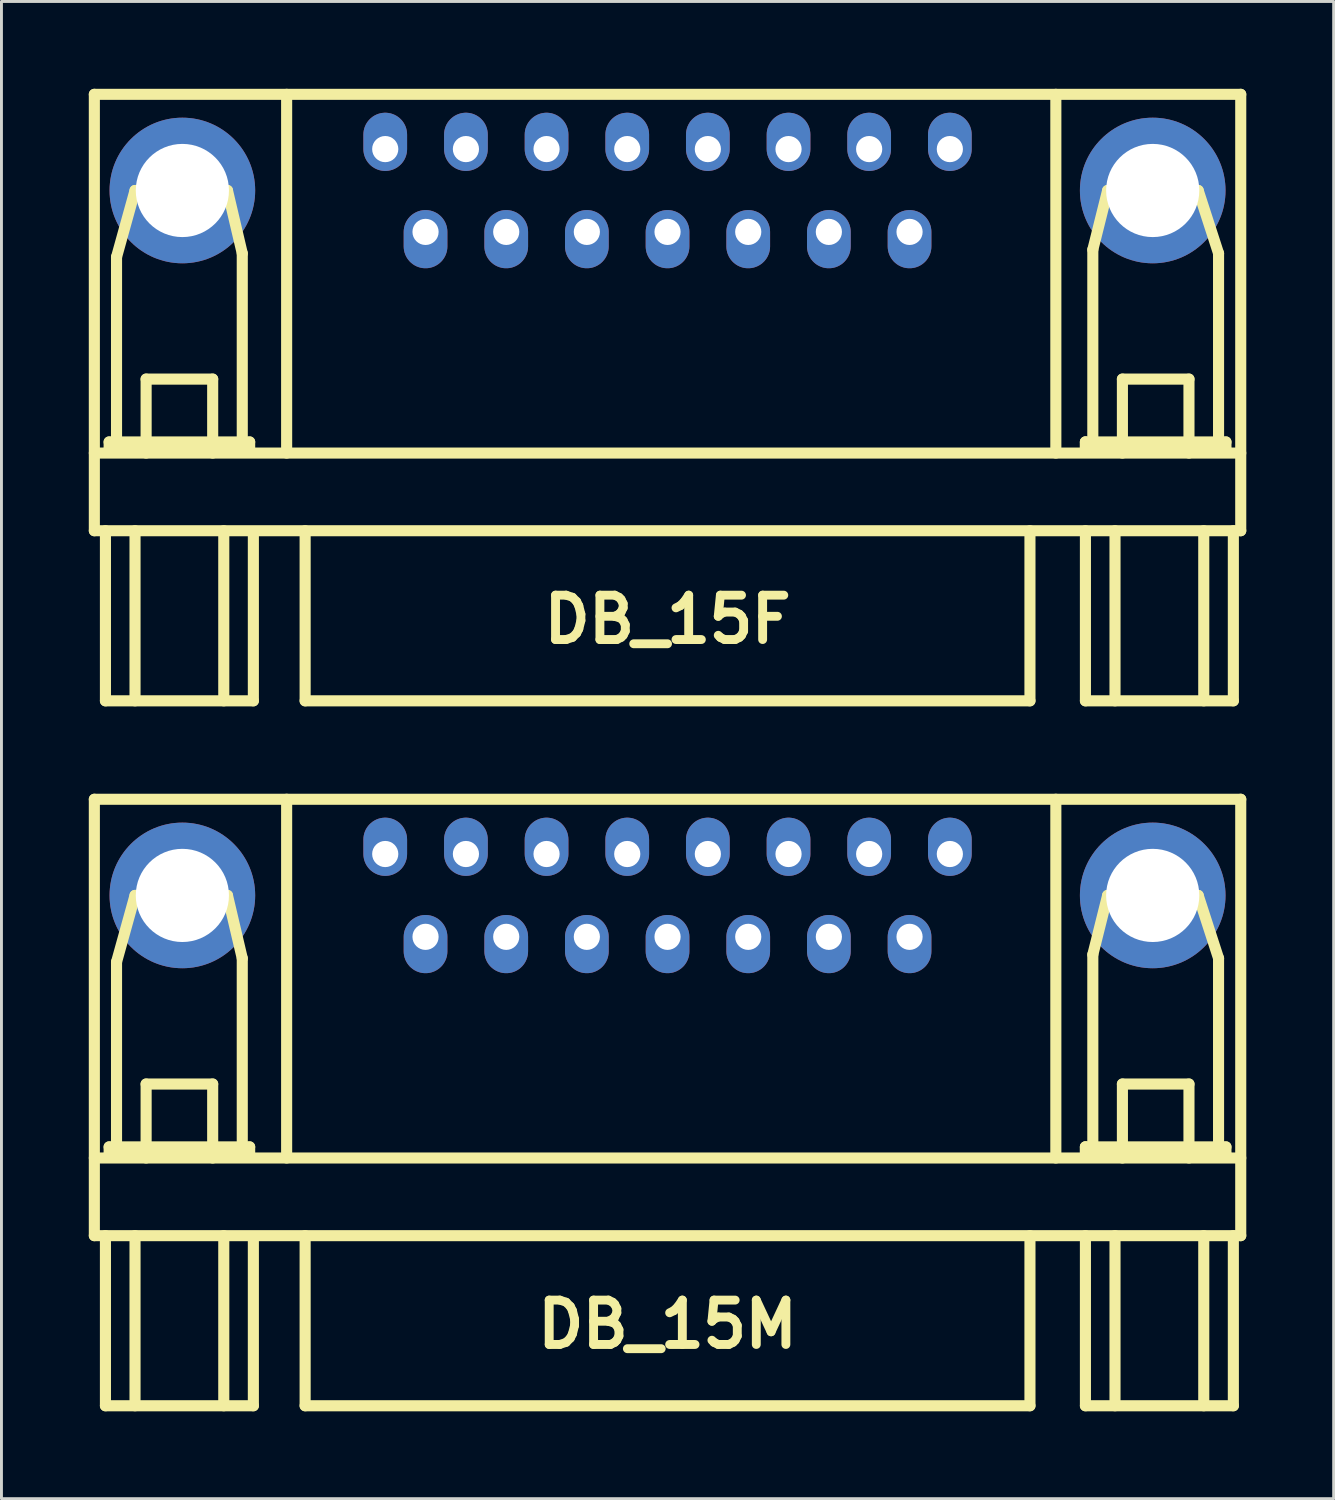
<source format=kicad_pcb>
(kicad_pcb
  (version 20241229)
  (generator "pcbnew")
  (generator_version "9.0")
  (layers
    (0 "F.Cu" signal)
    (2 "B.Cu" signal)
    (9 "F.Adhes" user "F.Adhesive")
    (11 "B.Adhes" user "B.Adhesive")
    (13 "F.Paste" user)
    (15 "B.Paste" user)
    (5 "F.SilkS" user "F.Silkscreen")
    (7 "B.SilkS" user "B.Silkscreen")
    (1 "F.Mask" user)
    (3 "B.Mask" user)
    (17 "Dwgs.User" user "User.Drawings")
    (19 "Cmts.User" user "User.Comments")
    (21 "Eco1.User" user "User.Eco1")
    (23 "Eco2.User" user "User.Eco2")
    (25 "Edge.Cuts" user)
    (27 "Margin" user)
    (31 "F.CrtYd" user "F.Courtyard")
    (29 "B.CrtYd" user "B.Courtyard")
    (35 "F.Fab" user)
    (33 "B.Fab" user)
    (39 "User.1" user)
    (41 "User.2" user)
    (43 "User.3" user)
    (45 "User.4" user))
  (footprint "DB_15F"
    (layer "F.Cu")
    (at 19.875 10.604)
    (property "Reference" "DB_15F" (at 0 7.62 0) (layer "F.SilkS") (effects (font (size 1.524 1.524) (thickness 0.305))))
    (attr through_hole)
    (fp_line (start -19.685 -10.414) (end -19.685 4.572) (stroke (width 0.381) (type solid)) (layer "F.SilkS"))
    (fp_line (start -19.685 4.572) (end 19.685 4.572) (stroke (width 0.381) (type solid)) (layer "F.SilkS"))
    (fp_line (start -19.304 4.572) (end -19.304 10.414) (stroke (width 0.381) (type solid)) (layer "F.SilkS"))
    (fp_line (start -19.304 10.414) (end -14.224 10.414) (stroke (width 0.381) (type solid)) (layer "F.SilkS"))
    (fp_line (start -19.177 1.524) (end -19.177 1.778) (stroke (width 0.381) (type solid)) (layer "F.SilkS"))
    (fp_line (start -19.177 1.778) (end -14.351 1.778) (stroke (width 0.381) (type solid)) (layer "F.SilkS"))
    (fp_line (start -18.923 -4.826) (end -18.288 -7.112) (stroke (width 0.381) (type solid)) (layer "F.SilkS"))
    (fp_line (start -18.923 1.524) (end -18.923 -4.826) (stroke (width 0.381) (type solid)) (layer "F.SilkS"))
    (fp_line (start -18.288 -7.112) (end -15.113 -7.112) (stroke (width 0.381) (type solid)) (layer "F.SilkS"))
    (fp_line (start -18.288 4.572) (end -18.288 10.414) (stroke (width 0.381) (type solid)) (layer "F.SilkS"))
    (fp_line (start -17.907 -0.635) (end -15.621 -0.635) (stroke (width 0.381) (type solid)) (layer "F.SilkS"))
    (fp_line (start -17.907 1.905) (end -17.907 -0.635) (stroke (width 0.381) (type solid)) (layer "F.SilkS"))
    (fp_line (start -15.621 -0.635) (end -15.621 1.905) (stroke (width 0.381) (type solid)) (layer "F.SilkS"))
    (fp_line (start -15.24 4.572) (end -15.24 10.414) (stroke (width 0.381) (type solid)) (layer "F.SilkS"))
    (fp_line (start -15.113 -7.112) (end -14.605 -4.953) (stroke (width 0.381) (type solid)) (layer "F.SilkS"))
    (fp_line (start -14.605 -4.953) (end -14.605 1.524) (stroke (width 0.381) (type solid)) (layer "F.SilkS"))
    (fp_line (start -14.351 1.524) (end -19.177 1.524) (stroke (width 0.381) (type solid)) (layer "F.SilkS"))
    (fp_line (start -14.351 1.778) (end -14.351 1.524) (stroke (width 0.381) (type solid)) (layer "F.SilkS"))
    (fp_line (start -14.224 10.414) (end -14.224 4.699) (stroke (width 0.381) (type solid)) (layer "F.SilkS"))
    (fp_line (start -13.081 1.905) (end -13.081 -10.414) (stroke (width 0.381) (type solid)) (layer "F.SilkS"))
    (fp_line (start -12.446 4.572) (end -12.446 10.414) (stroke (width 0.381) (type solid)) (layer "F.SilkS"))
    (fp_line (start 12.446 10.414) (end -12.446 10.414) (stroke (width 0.381) (type solid)) (layer "F.SilkS"))
    (fp_line (start 12.446 10.414) (end 12.446 4.572) (stroke (width 0.381) (type solid)) (layer "F.SilkS"))
    (fp_line (start 13.335 1.905) (end 13.335 -10.414) (stroke (width 0.381) (type solid)) (layer "F.SilkS"))
    (fp_line (start 14.351 1.524) (end 14.351 1.778) (stroke (width 0.381) (type solid)) (layer "F.SilkS"))
    (fp_line (start 14.351 1.524) (end 14.351 1.778) (stroke (width 0.381) (type solid)) (layer "F.SilkS"))
    (fp_line (start 14.351 1.778) (end 19.177 1.778) (stroke (width 0.381) (type solid)) (layer "F.SilkS"))
    (fp_line (start 14.351 4.572) (end 14.351 10.414) (stroke (width 0.381) (type solid)) (layer "F.SilkS"))
    (fp_line (start 14.351 10.414) (end 19.431 10.414) (stroke (width 0.381) (type solid)) (layer "F.SilkS"))
    (fp_line (start 14.605 1.524) (end 14.605 -5.08) (stroke (width 0.381) (type solid)) (layer "F.SilkS"))
    (fp_line (start 15.113 -7.112) (end 14.605 -5.08) (stroke (width 0.381) (type solid)) (layer "F.SilkS"))
    (fp_line (start 15.367 4.572) (end 15.367 10.414) (stroke (width 0.381) (type solid)) (layer "F.SilkS"))
    (fp_line (start 15.621 -0.635) (end 17.907 -0.635) (stroke (width 0.381) (type solid)) (layer "F.SilkS"))
    (fp_line (start 15.621 1.905) (end 15.621 -0.635) (stroke (width 0.381) (type solid)) (layer "F.SilkS"))
    (fp_line (start 17.907 -0.635) (end 17.907 1.905) (stroke (width 0.381) (type solid)) (layer "F.SilkS"))
    (fp_line (start 18.224 -7.112) (end 15.113 -7.112) (stroke (width 0.381) (type solid)) (layer "F.SilkS"))
    (fp_line (start 18.415 4.572) (end 18.415 10.414) (stroke (width 0.381) (type solid)) (layer "F.SilkS"))
    (fp_line (start 18.923 -4.953) (end 18.224 -7.112) (stroke (width 0.381) (type solid)) (layer "F.SilkS"))
    (fp_line (start 18.923 -4.953) (end 18.923 1.524) (stroke (width 0.381) (type solid)) (layer "F.SilkS"))
    (fp_line (start 19.177 1.524) (end 14.351 1.524) (stroke (width 0.381) (type solid)) (layer "F.SilkS"))
    (fp_line (start 19.177 1.778) (end 19.177 1.524) (stroke (width 0.381) (type solid)) (layer "F.SilkS"))
    (fp_line (start 19.431 4.572) (end 19.431 10.414) (stroke (width 0.381) (type solid)) (layer "F.SilkS"))
    (fp_line (start 19.685 -10.414) (end -19.685 -10.414) (stroke (width 0.381) (type solid)) (layer "F.SilkS"))
    (fp_line (start 19.685 1.905) (end -19.685 1.905) (stroke (width 0.381) (type solid)) (layer "F.SilkS"))
    (fp_line (start 19.685 4.572) (end 19.685 -10.414) (stroke (width 0.381) (type solid)) (layer "F.SilkS"))
    (pad "" thru_hole circle (at -16.662 -7.112) (size 5.001 5.001) (drill 3.2) (layers "*.Cu" "*.Mask"))
    (pad "" thru_hole circle (at 16.662 -7.112) (size 5.001 5.001) (drill 3.2) (layers "*.Cu" "*.Mask"))
    (pad "1" thru_hole oval (at 9.695 -8.534) (size 1.501 1.999) (drill 0.899 (offset 0 -0.249)) (layers "*.Cu" "*.Mask"))
    (pad "2" thru_hole oval (at 6.924 -8.534) (size 1.501 1.999) (drill 0.899 (offset 0 -0.249)) (layers "*.Cu" "*.Mask"))
    (pad "3" thru_hole oval (at 4.155 -8.534) (size 1.501 1.999) (drill 0.899 (offset 0 -0.249)) (layers "*.Cu" "*.Mask"))
    (pad "4" thru_hole oval (at 1.384 -8.534) (size 1.501 1.999) (drill 0.899 (offset 0 -0.249)) (layers "*.Cu" "*.Mask"))
    (pad "5" thru_hole oval (at -1.384 -8.534) (size 1.501 1.999) (drill 0.899 (offset 0 -0.249)) (layers "*.Cu" "*.Mask"))
    (pad "6" thru_hole oval (at -4.155 -8.534) (size 1.501 1.999) (drill 0.899 (offset 0 -0.249)) (layers "*.Cu" "*.Mask"))
    (pad "7" thru_hole oval (at -6.924 -8.534) (size 1.501 1.999) (drill 0.899 (offset 0 -0.249)) (layers "*.Cu" "*.Mask"))
    (pad "8" thru_hole oval (at -9.695 -8.534) (size 1.501 1.999) (drill 0.899 (offset 0 -0.249)) (layers "*.Cu" "*.Mask"))
    (pad "9" thru_hole oval (at 8.311 -5.69) (size 1.501 1.999) (drill 0.899 (offset 0 0.249)) (layers "*.Cu" "*.Mask"))
    (pad "10" thru_hole oval (at 5.54 -5.69) (size 1.501 1.999) (drill 0.899 (offset 0 0.249)) (layers "*.Cu" "*.Mask"))
    (pad "11" thru_hole oval (at 2.771 -5.69) (size 1.501 1.999) (drill 0.899 (offset 0 0.249)) (layers "*.Cu" "*.Mask"))
    (pad "12" thru_hole oval (at 0 -5.69) (size 1.501 1.999) (drill 0.899 (offset 0 0.249)) (layers "*.Cu" "*.Mask"))
    (pad "13" thru_hole oval (at -2.771 -5.69) (size 1.501 1.999) (drill 0.899 (offset 0 0.249)) (layers "*.Cu" "*.Mask"))
    (pad "14" thru_hole oval (at -5.54 -5.69) (size 1.501 1.999) (drill 0.899 (offset 0 0.249)) (layers "*.Cu" "*.Mask"))
    (pad "15" thru_hole oval (at -8.311 -5.69) (size 1.501 1.999) (drill 0.899 (offset 0 0.249)) (layers "*.Cu" "*.Mask")))
  (footprint "DB_15M"
    (layer "F.Cu")
    (at 19.875 34.813)
    (property "Reference" "DB_15M" (at 0 7.62 0) (layer "F.SilkS") (effects (font (size 1.524 1.524) (thickness 0.305))))
    (attr through_hole)
    (fp_line (start -19.685 -10.414) (end -19.685 4.572) (stroke (width 0.381) (type solid)) (layer "F.SilkS"))
    (fp_line (start -19.685 4.572) (end 19.685 4.572) (stroke (width 0.381) (type solid)) (layer "F.SilkS"))
    (fp_line (start -19.304 4.572) (end -19.304 10.414) (stroke (width 0.381) (type solid)) (layer "F.SilkS"))
    (fp_line (start -19.304 10.414) (end -14.224 10.414) (stroke (width 0.381) (type solid)) (layer "F.SilkS"))
    (fp_line (start -19.177 1.524) (end -19.177 1.778) (stroke (width 0.381) (type solid)) (layer "F.SilkS"))
    (fp_line (start -19.177 1.778) (end -14.351 1.778) (stroke (width 0.381) (type solid)) (layer "F.SilkS"))
    (fp_line (start -18.923 -4.826) (end -18.288 -7.112) (stroke (width 0.381) (type solid)) (layer "F.SilkS"))
    (fp_line (start -18.923 1.524) (end -18.923 -4.826) (stroke (width 0.381) (type solid)) (layer "F.SilkS"))
    (fp_line (start -18.288 -7.112) (end -15.113 -7.112) (stroke (width 0.381) (type solid)) (layer "F.SilkS"))
    (fp_line (start -18.288 4.572) (end -18.288 10.414) (stroke (width 0.381) (type solid)) (layer "F.SilkS"))
    (fp_line (start -17.907 -0.635) (end -15.621 -0.635) (stroke (width 0.381) (type solid)) (layer "F.SilkS"))
    (fp_line (start -17.907 1.905) (end -17.907 -0.635) (stroke (width 0.381) (type solid)) (layer "F.SilkS"))
    (fp_line (start -15.621 -0.635) (end -15.621 1.905) (stroke (width 0.381) (type solid)) (layer "F.SilkS"))
    (fp_line (start -15.24 4.572) (end -15.24 10.414) (stroke (width 0.381) (type solid)) (layer "F.SilkS"))
    (fp_line (start -15.113 -7.112) (end -14.605 -4.953) (stroke (width 0.381) (type solid)) (layer "F.SilkS"))
    (fp_line (start -14.605 -4.953) (end -14.605 1.524) (stroke (width 0.381) (type solid)) (layer "F.SilkS"))
    (fp_line (start -14.351 1.524) (end -19.177 1.524) (stroke (width 0.381) (type solid)) (layer "F.SilkS"))
    (fp_line (start -14.351 1.778) (end -14.351 1.524) (stroke (width 0.381) (type solid)) (layer "F.SilkS"))
    (fp_line (start -14.224 10.414) (end -14.224 4.699) (stroke (width 0.381) (type solid)) (layer "F.SilkS"))
    (fp_line (start -13.081 1.905) (end -13.081 -10.414) (stroke (width 0.381) (type solid)) (layer "F.SilkS"))
    (fp_line (start -12.446 4.572) (end -12.446 10.414) (stroke (width 0.381) (type solid)) (layer "F.SilkS"))
    (fp_line (start 12.446 10.414) (end -12.446 10.414) (stroke (width 0.381) (type solid)) (layer "F.SilkS"))
    (fp_line (start 12.446 10.414) (end 12.446 4.572) (stroke (width 0.381) (type solid)) (layer "F.SilkS"))
    (fp_line (start 13.335 1.905) (end 13.335 -10.414) (stroke (width 0.381) (type solid)) (layer "F.SilkS"))
    (fp_line (start 14.351 1.524) (end 14.351 1.778) (stroke (width 0.381) (type solid)) (layer "F.SilkS"))
    (fp_line (start 14.351 1.524) (end 14.351 1.778) (stroke (width 0.381) (type solid)) (layer "F.SilkS"))
    (fp_line (start 14.351 1.778) (end 19.177 1.778) (stroke (width 0.381) (type solid)) (layer "F.SilkS"))
    (fp_line (start 14.351 4.572) (end 14.351 10.414) (stroke (width 0.381) (type solid)) (layer "F.SilkS"))
    (fp_line (start 14.351 10.414) (end 19.431 10.414) (stroke (width 0.381) (type solid)) (layer "F.SilkS"))
    (fp_line (start 14.605 1.524) (end 14.605 -5.08) (stroke (width 0.381) (type solid)) (layer "F.SilkS"))
    (fp_line (start 15.113 -7.112) (end 14.605 -5.08) (stroke (width 0.381) (type solid)) (layer "F.SilkS"))
    (fp_line (start 15.367 4.572) (end 15.367 10.414) (stroke (width 0.381) (type solid)) (layer "F.SilkS"))
    (fp_line (start 15.621 -0.635) (end 17.907 -0.635) (stroke (width 0.381) (type solid)) (layer "F.SilkS"))
    (fp_line (start 15.621 1.905) (end 15.621 -0.635) (stroke (width 0.381) (type solid)) (layer "F.SilkS"))
    (fp_line (start 17.907 -0.635) (end 17.907 1.905) (stroke (width 0.381) (type solid)) (layer "F.SilkS"))
    (fp_line (start 18.224 -7.112) (end 15.113 -7.112) (stroke (width 0.381) (type solid)) (layer "F.SilkS"))
    (fp_line (start 18.415 4.572) (end 18.415 10.414) (stroke (width 0.381) (type solid)) (layer "F.SilkS"))
    (fp_line (start 18.923 -4.953) (end 18.224 -7.112) (stroke (width 0.381) (type solid)) (layer "F.SilkS"))
    (fp_line (start 18.923 -4.953) (end 18.923 1.524) (stroke (width 0.381) (type solid)) (layer "F.SilkS"))
    (fp_line (start 19.177 1.524) (end 14.351 1.524) (stroke (width 0.381) (type solid)) (layer "F.SilkS"))
    (fp_line (start 19.177 1.778) (end 19.177 1.524) (stroke (width 0.381) (type solid)) (layer "F.SilkS"))
    (fp_line (start 19.431 4.572) (end 19.431 10.414) (stroke (width 0.381) (type solid)) (layer "F.SilkS"))
    (fp_line (start 19.685 -10.414) (end -19.685 -10.414) (stroke (width 0.381) (type solid)) (layer "F.SilkS"))
    (fp_line (start 19.685 1.905) (end -19.685 1.905) (stroke (width 0.381) (type solid)) (layer "F.SilkS"))
    (fp_line (start 19.685 4.572) (end 19.685 -10.414) (stroke (width 0.381) (type solid)) (layer "F.SilkS"))
    (pad "" thru_hole circle (at -16.662 -7.112) (size 5.001 5.001) (drill 3.2) (layers "*.Cu" "*.Mask"))
    (pad "" thru_hole circle (at 16.662 -7.112) (size 5.001 5.001) (drill 3.2) (layers "*.Cu" "*.Mask"))
    (pad "1" thru_hole oval (at -9.695 -8.534) (size 1.501 1.999) (drill 0.899 (offset 0 -0.249)) (layers "*.Cu" "*.Mask"))
    (pad "2" thru_hole oval (at -6.924 -8.534) (size 1.501 1.999) (drill 0.899 (offset 0 -0.249)) (layers "*.Cu" "*.Mask"))
    (pad "3" thru_hole oval (at -4.155 -8.534) (size 1.501 1.999) (drill 0.899 (offset 0 -0.249)) (layers "*.Cu" "*.Mask"))
    (pad "4" thru_hole oval (at -1.384 -8.534) (size 1.501 1.999) (drill 0.899 (offset 0 -0.249)) (layers "*.Cu" "*.Mask"))
    (pad "5" thru_hole oval (at 1.384 -8.534) (size 1.501 1.999) (drill 0.899 (offset 0 -0.249)) (layers "*.Cu" "*.Mask"))
    (pad "6" thru_hole oval (at 4.155 -8.534) (size 1.501 1.999) (drill 0.899 (offset 0 -0.249)) (layers "*.Cu" "*.Mask"))
    (pad "7" thru_hole oval (at 6.924 -8.534) (size 1.501 1.999) (drill 0.899 (offset 0 -0.249)) (layers "*.Cu" "*.Mask"))
    (pad "8" thru_hole oval (at 9.695 -8.534) (size 1.501 1.999) (drill 0.899 (offset 0 -0.249)) (layers "*.Cu" "*.Mask"))
    (pad "9" thru_hole oval (at -8.311 -5.69) (size 1.501 1.999) (drill 0.899 (offset 0 0.249)) (layers "*.Cu" "*.Mask"))
    (pad "10" thru_hole oval (at -5.54 -5.69) (size 1.501 1.999) (drill 0.899 (offset 0 0.249)) (layers "*.Cu" "*.Mask"))
    (pad "11" thru_hole oval (at -2.771 -5.69) (size 1.501 1.999) (drill 0.899 (offset 0 0.249)) (layers "*.Cu" "*.Mask"))
    (pad "12" thru_hole oval (at 0 -5.69) (size 1.501 1.999) (drill 0.899 (offset 0 0.249)) (layers "*.Cu" "*.Mask"))
    (pad "13" thru_hole oval (at 2.771 -5.69) (size 1.501 1.999) (drill 0.899 (offset 0 0.249)) (layers "*.Cu" "*.Mask"))
    (pad "14" thru_hole oval (at 5.54 -5.69) (size 1.501 1.999) (drill 0.899 (offset 0 0.249)) (layers "*.Cu" "*.Mask"))
    (pad "15" thru_hole oval (at 8.311 -5.69) (size 1.501 1.999) (drill 0.899 (offset 0 0.249)) (layers "*.Cu" "*.Mask")))
  (gr_rect
    (start -3 -3)
    (end 42.751 48.418)
    (stroke (width 0.1) (type default))
    (fill no)
    (layer "Edge.Cuts")))
</source>
